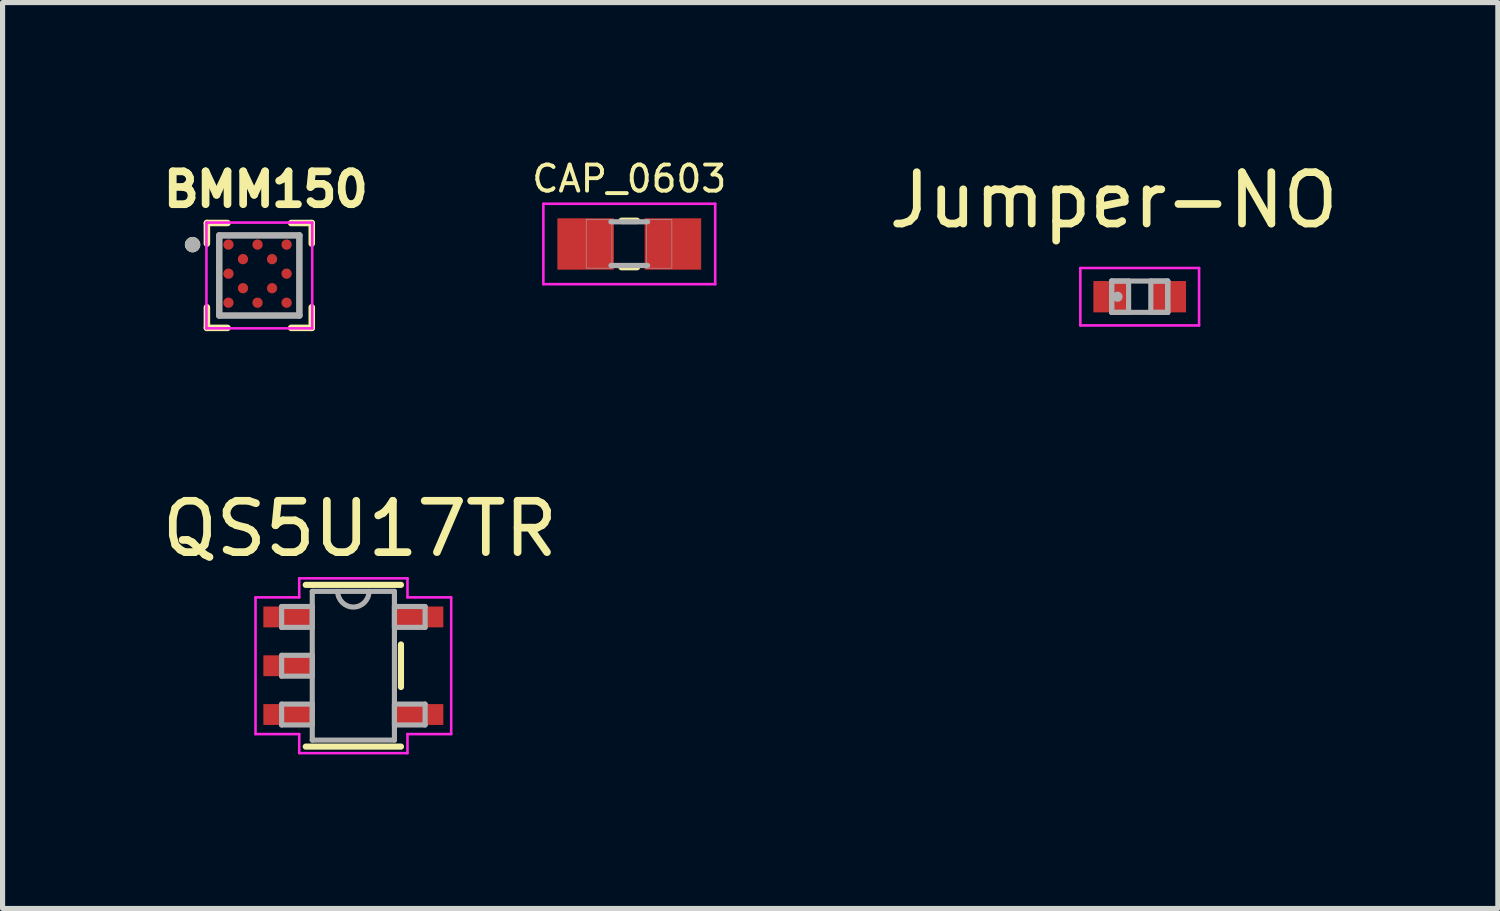
<source format=kicad_pcb>
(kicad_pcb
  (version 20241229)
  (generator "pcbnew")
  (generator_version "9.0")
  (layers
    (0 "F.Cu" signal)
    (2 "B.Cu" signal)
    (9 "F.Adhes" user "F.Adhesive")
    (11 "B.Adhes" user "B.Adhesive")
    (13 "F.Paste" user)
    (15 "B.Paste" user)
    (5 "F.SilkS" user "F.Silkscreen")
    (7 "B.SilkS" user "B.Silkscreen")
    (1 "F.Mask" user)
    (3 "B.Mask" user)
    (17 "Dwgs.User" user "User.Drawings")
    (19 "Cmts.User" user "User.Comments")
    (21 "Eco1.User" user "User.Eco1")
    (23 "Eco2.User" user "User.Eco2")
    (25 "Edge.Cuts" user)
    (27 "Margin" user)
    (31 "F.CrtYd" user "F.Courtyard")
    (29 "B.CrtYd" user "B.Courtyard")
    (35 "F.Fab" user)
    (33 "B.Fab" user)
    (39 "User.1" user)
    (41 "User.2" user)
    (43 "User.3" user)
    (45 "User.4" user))
  (footprint "Jumper-NO"
    (layer "F.Cu")
    (at 19.144 2.728)
    (property "Reference" "Jumper-NO" (at -0.508 -1.88 0) (layer "F.SilkS") (effects (font (size 1 1) (thickness 0.15))))
    (attr smd)
    (fp_line (start -1.156 -0.559) (end 1.156 -0.559) (stroke (width 0.05) (type solid)) (layer "F.CrtYd"))
    (fp_line (start -1.156 0.559) (end -1.156 -0.559) (stroke (width 0.05) (type solid)) (layer "F.CrtYd"))
    (fp_line (start 1.156 -0.559) (end 1.156 0.559) (stroke (width 0.05) (type solid)) (layer "F.CrtYd"))
    (fp_line (start 1.156 0.559) (end -1.156 0.559) (stroke (width 0.05) (type solid)) (layer "F.CrtYd"))
    (fp_line (start -0.546 -0.305) (end -0.546 0.305) (stroke (width 0.1) (type solid)) (layer "F.Fab"))
    (fp_line (start -0.546 -0.305) (end -0.546 0.305) (stroke (width 0.1) (type solid)) (layer "F.Fab"))
    (fp_line (start -0.546 0.305) (end -0.216 0.305) (stroke (width 0.1) (type solid)) (layer "F.Fab"))
    (fp_line (start -0.546 0.305) (end 0.546 0.305) (stroke (width 0.1) (type solid)) (layer "F.Fab"))
    (fp_line (start -0.216 -0.305) (end -0.546 -0.305) (stroke (width 0.1) (type solid)) (layer "F.Fab"))
    (fp_line (start -0.216 0.305) (end -0.216 -0.305) (stroke (width 0.1) (type solid)) (layer "F.Fab"))
    (fp_line (start 0.216 -0.305) (end 0.216 0.305) (stroke (width 0.1) (type solid)) (layer "F.Fab"))
    (fp_line (start 0.216 0.305) (end 0.546 0.305) (stroke (width 0.1) (type solid)) (layer "F.Fab"))
    (fp_line (start 0.546 -0.305) (end -0.546 -0.305) (stroke (width 0.1) (type solid)) (layer "F.Fab"))
    (fp_line (start 0.546 -0.305) (end 0.216 -0.305) (stroke (width 0.1) (type solid)) (layer "F.Fab"))
    (fp_line (start 0.546 0.305) (end 0.546 -0.305) (stroke (width 0.1) (type solid)) (layer "F.Fab"))
    (fp_line (start 0.546 0.305) (end 0.546 -0.305) (stroke (width 0.1) (type solid)) (layer "F.Fab"))
    (fp_circle (center -0.432 0) (end -0.432 0) (stroke (width 0.1) (type solid)) (fill no) (layer "F.Fab"))
    (pad "1" smd rect (at -0.559 0) (size 0.686 0.61) (layers "F.Cu" "F.Mask" "F.Paste"))
    (pad "2" smd rect (at 0.559 0) (size 0.686 0.61) (layers "F.Cu" "F.Mask" "F.Paste")))
  (footprint "CAP_0603"
    (layer "F.Cu")
    (at 9.204 1.701)
    (property "Reference" "CAP_0603" (at 0 -1.27 0) (layer "F.SilkS") (effects (font (size 0.508 0.508) (thickness 0.076))))
    (attr smd)
    (fp_line (start -0.15 -0.45) (end 0.15 -0.45) (stroke (width 0.127) (type solid)) (layer "F.SilkS"))
    (fp_line (start -0.15 0.45) (end 0.15 0.45) (stroke (width 0.127) (type solid)) (layer "F.SilkS"))
    (fp_line (start -1.673 -0.783) (end 1.673 -0.783) (stroke (width 0.051) (type solid)) (layer "F.CrtYd"))
    (fp_line (start -1.673 0.783) (end -1.673 -0.783) (stroke (width 0.051) (type solid)) (layer "F.CrtYd"))
    (fp_line (start 1.673 -0.783) (end 1.673 0.783) (stroke (width 0.051) (type solid)) (layer "F.CrtYd"))
    (fp_line (start 1.673 0.783) (end -1.673 0.783) (stroke (width 0.051) (type solid)) (layer "F.CrtYd"))
    (fp_line (start -0.356 -0.432) (end 0.356 -0.432) (stroke (width 0.102) (type solid)) (layer "F.Fab"))
    (fp_line (start -0.356 0.419) (end 0.356 0.419) (stroke (width 0.102) (type solid)) (layer "F.Fab"))
    (fp_poly (pts (xy -0.839 -0.48) (xy -0.338 -0.48) (xy -0.338 0.47) (xy -0.839 0.47)) (stroke (width 0.01) (type solid)) (fill no) (layer "F.Fab"))
    (fp_poly (pts (xy 0.331 -0.48) (xy 0.83 -0.48) (xy 0.83 0.471) (xy 0.331 0.471)) (stroke (width 0.01) (type solid)) (fill no) (layer "F.Fab"))
    (pad "1" smd rect (at -0.85 0) (size 1.1 1) (layers "F.Cu" "F.Mask" "F.Paste"))
    (pad "2" smd rect (at 0.85 0) (size 1.1 1) (layers "F.Cu" "F.Mask" "F.Paste")))
  (footprint "QS5U17TR"
    (layer "F.Cu")
    (at 3.831 9.914)
    (property "Reference" "QS5U17TR" (at 0.127 -2.667 0) (layer "F.SilkS") (effects (font (size 1 1) (thickness 0.15))))
    (attr smd)
    (fp_line (start -0.927 1.575) (end 0.927 1.575) (stroke (width 0.12) (type solid)) (layer "F.SilkS"))
    (fp_line (start 0.927 -1.575) (end -0.927 -1.575) (stroke (width 0.12) (type solid)) (layer "F.SilkS"))
    (fp_line (start 0.927 0.414) (end 0.927 -0.414) (stroke (width 0.12) (type solid)) (layer "F.SilkS"))
    (fp_line (start -1.905 -1.331) (end -1.054 -1.331) (stroke (width 0.05) (type solid)) (layer "F.CrtYd"))
    (fp_line (start -1.905 1.331) (end -1.905 -1.331) (stroke (width 0.05) (type solid)) (layer "F.CrtYd"))
    (fp_line (start -1.054 -1.702) (end 1.054 -1.702) (stroke (width 0.05) (type solid)) (layer "F.CrtYd"))
    (fp_line (start -1.054 -1.331) (end -1.054 -1.702) (stroke (width 0.05) (type solid)) (layer "F.CrtYd"))
    (fp_line (start -1.054 1.331) (end -1.905 1.331) (stroke (width 0.05) (type solid)) (layer "F.CrtYd"))
    (fp_line (start -1.054 1.702) (end -1.054 1.331) (stroke (width 0.05) (type solid)) (layer "F.CrtYd"))
    (fp_line (start 1.054 -1.702) (end 1.054 -1.331) (stroke (width 0.05) (type solid)) (layer "F.CrtYd"))
    (fp_line (start 1.054 -1.331) (end 1.905 -1.331) (stroke (width 0.05) (type solid)) (layer "F.CrtYd"))
    (fp_line (start 1.054 1.331) (end 1.054 1.702) (stroke (width 0.05) (type solid)) (layer "F.CrtYd"))
    (fp_line (start 1.054 1.702) (end -1.054 1.702) (stroke (width 0.05) (type solid)) (layer "F.CrtYd"))
    (fp_line (start 1.905 -1.331) (end 1.905 1.331) (stroke (width 0.05) (type solid)) (layer "F.CrtYd"))
    (fp_line (start 1.905 1.331) (end 1.054 1.331) (stroke (width 0.05) (type solid)) (layer "F.CrtYd"))
    (fp_line (start -1.397 -1.153) (end -1.397 -0.747) (stroke (width 0.1) (type solid)) (layer "F.Fab"))
    (fp_line (start -1.397 -0.747) (end -0.8 -0.747) (stroke (width 0.1) (type solid)) (layer "F.Fab"))
    (fp_line (start -1.397 -0.203) (end -1.397 0.203) (stroke (width 0.1) (type solid)) (layer "F.Fab"))
    (fp_line (start -1.397 0.203) (end -0.8 0.203) (stroke (width 0.1) (type solid)) (layer "F.Fab"))
    (fp_line (start -1.397 0.747) (end -1.397 1.153) (stroke (width 0.1) (type solid)) (layer "F.Fab"))
    (fp_line (start -1.397 1.153) (end -0.8 1.153) (stroke (width 0.1) (type solid)) (layer "F.Fab"))
    (fp_line (start -0.8 -1.448) (end -0.8 1.448) (stroke (width 0.1) (type solid)) (layer "F.Fab"))
    (fp_line (start -0.8 -1.153) (end -1.397 -1.153) (stroke (width 0.1) (type solid)) (layer "F.Fab"))
    (fp_line (start -0.8 -0.747) (end -0.8 -1.153) (stroke (width 0.1) (type solid)) (layer "F.Fab"))
    (fp_line (start -0.8 -0.203) (end -1.397 -0.203) (stroke (width 0.1) (type solid)) (layer "F.Fab"))
    (fp_line (start -0.8 0.203) (end -0.8 -0.203) (stroke (width 0.1) (type solid)) (layer "F.Fab"))
    (fp_line (start -0.8 0.747) (end -1.397 0.747) (stroke (width 0.1) (type solid)) (layer "F.Fab"))
    (fp_line (start -0.8 1.153) (end -0.8 0.747) (stroke (width 0.1) (type solid)) (layer "F.Fab"))
    (fp_line (start -0.8 1.448) (end 0.8 1.448) (stroke (width 0.1) (type solid)) (layer "F.Fab"))
    (fp_line (start 0.8 -1.448) (end -0.8 -1.448) (stroke (width 0.1) (type solid)) (layer "F.Fab"))
    (fp_line (start 0.8 -1.153) (end 0.8 -0.747) (stroke (width 0.1) (type solid)) (layer "F.Fab"))
    (fp_line (start 0.8 -0.747) (end 1.397 -0.747) (stroke (width 0.1) (type solid)) (layer "F.Fab"))
    (fp_line (start 0.8 0.747) (end 0.8 1.153) (stroke (width 0.1) (type solid)) (layer "F.Fab"))
    (fp_line (start 0.8 1.153) (end 1.397 1.153) (stroke (width 0.1) (type solid)) (layer "F.Fab"))
    (fp_line (start 0.8 1.448) (end 0.8 -1.448) (stroke (width 0.1) (type solid)) (layer "F.Fab"))
    (fp_line (start 1.397 -1.153) (end 0.8 -1.153) (stroke (width 0.1) (type solid)) (layer "F.Fab"))
    (fp_line (start 1.397 -0.747) (end 1.397 -1.153) (stroke (width 0.1) (type solid)) (layer "F.Fab"))
    (fp_line (start 1.397 0.747) (end 0.8 0.747) (stroke (width 0.1) (type solid)) (layer "F.Fab"))
    (fp_line (start 1.397 1.153) (end 1.397 0.747) (stroke (width 0.1) (type solid)) (layer "F.Fab"))
    (fp_arc (start 0.3048 -1.4478) (mid 0 -1.143) (end -0.3048 -1.4478) (stroke (width 0.1) (type solid)) (layer "F.Fab"))
    (pad "1" smd rect (at -1.276 -0.95) (size 0.953 0.406) (layers "F.Cu" "F.Mask" "F.Paste"))
    (pad "2" smd rect (at -1.276 0) (size 0.953 0.406) (layers "F.Cu" "F.Mask" "F.Paste"))
    (pad "3" smd rect (at -1.276 0.95) (size 0.953 0.406) (layers "F.Cu" "F.Mask" "F.Paste"))
    (pad "4" smd rect (at 1.276 0.95) (size 0.953 0.406) (layers "F.Cu" "F.Mask" "F.Paste"))
    (pad "5" smd rect (at 1.276 -0.95) (size 0.953 0.406) (layers "F.Cu" "F.Mask" "F.Paste")))
  (footprint "BMM150"
    (layer "F.Cu")
    (at 2 2.314)
    (property "Reference" "BMM150" (at 0.127 -1.676 0) (layer "F.SilkS") (effects (font (size 0.64 0.64) (thickness 0.15))))
    (attr through_hole)
    (fp_line (start -1.021 -1.021) (end -1.021 -0.62) (stroke (width 0.127) (type solid)) (layer "F.SilkS"))
    (fp_line (start -1.021 1.021) (end -1.021 0.62) (stroke (width 0.127) (type solid)) (layer "F.SilkS"))
    (fp_line (start -0.62 -1.021) (end -1.021 -1.021) (stroke (width 0.127) (type solid)) (layer "F.SilkS"))
    (fp_line (start -0.62 1.021) (end -1.021 1.021) (stroke (width 0.127) (type solid)) (layer "F.SilkS"))
    (fp_line (start 0.62 -1.021) (end 1.021 -1.021) (stroke (width 0.127) (type solid)) (layer "F.SilkS"))
    (fp_line (start 0.62 1.021) (end 1.021 1.021) (stroke (width 0.127) (type solid)) (layer "F.SilkS"))
    (fp_line (start 1.021 -1.021) (end 1.021 -0.62) (stroke (width 0.127) (type solid)) (layer "F.SilkS"))
    (fp_line (start 1.021 1.021) (end 1.021 0.62) (stroke (width 0.127) (type solid)) (layer "F.SilkS"))
    (fp_circle (center -1.3 -0.6) (end -1.225 -0.6) (stroke (width 0.15) (type solid)) (fill no) (layer "F.SilkS"))
    (fp_line (start -1.03 -1.03) (end -1.03 1.03) (stroke (width 0.05) (type solid)) (layer "F.CrtYd"))
    (fp_line (start -1.03 1.03) (end 1.03 1.03) (stroke (width 0.05) (type solid)) (layer "F.CrtYd"))
    (fp_line (start 1.03 -1.03) (end -1.03 -1.03) (stroke (width 0.05) (type solid)) (layer "F.CrtYd"))
    (fp_line (start 1.03 1.03) (end 1.03 -1.03) (stroke (width 0.05) (type solid)) (layer "F.CrtYd"))
    (fp_line (start -0.78 -0.78) (end -0.78 0.78) (stroke (width 0.127) (type solid)) (layer "F.Fab"))
    (fp_line (start -0.78 0.78) (end 0.78 0.78) (stroke (width 0.127) (type solid)) (layer "F.Fab"))
    (fp_line (start 0.78 -0.78) (end -0.78 -0.78) (stroke (width 0.127) (type solid)) (layer "F.Fab"))
    (fp_line (start 0.78 0.78) (end 0.78 -0.78) (stroke (width 0.127) (type solid)) (layer "F.Fab"))
    (fp_circle (center -1.3 -0.6) (end -1.225 -0.6) (stroke (width 0.15) (type solid)) (fill no) (layer "F.Fab"))
    (pad "A1" smd circle (at -0.601 -0.601) (size 0.2 0.2) (layers "F.Cu" "F.Mask" "F.Paste"))
    (pad "A3" smd circle (at -0.035 -0.601) (size 0.2 0.2) (layers "F.Cu" "F.Mask" "F.Paste"))
    (pad "A5" smd circle (at 0.531 -0.601) (size 0.2 0.2) (layers "F.Cu" "F.Mask" "F.Paste"))
    (pad "B2" smd circle (at -0.318 -0.318) (size 0.2 0.2) (layers "F.Cu" "F.Mask" "F.Paste"))
    (pad "B4" smd circle (at 0.248 -0.318) (size 0.2 0.2) (layers "F.Cu" "F.Mask" "F.Paste"))
    (pad "C1" smd circle (at -0.601 -0.035) (size 0.2 0.2) (layers "F.Cu" "F.Mask" "F.Paste"))
    (pad "C5" smd circle (at 0.531 -0.035) (size 0.2 0.2) (layers "F.Cu" "F.Mask" "F.Paste"))
    (pad "D2" smd circle (at -0.318 0.248) (size 0.2 0.2) (layers "F.Cu" "F.Mask" "F.Paste"))
    (pad "D4" smd circle (at 0.248 0.248) (size 0.2 0.2) (layers "F.Cu" "F.Mask" "F.Paste"))
    (pad "E1" smd circle (at -0.601 0.531) (size 0.2 0.2) (layers "F.Cu" "F.Mask" "F.Paste"))
    (pad "E3" smd circle (at -0.035 0.531) (size 0.2 0.2) (layers "F.Cu" "F.Mask" "F.Paste"))
    (pad "E5" smd circle (at 0.531 0.531) (size 0.2 0.2) (layers "F.Cu" "F.Mask" "F.Paste")))
  (gr_rect
    (start -3 -3)
    (end 26.118 14.641)
    (stroke (width 0.1) (type default))
    (fill no)
    (layer "Edge.Cuts")))
</source>
